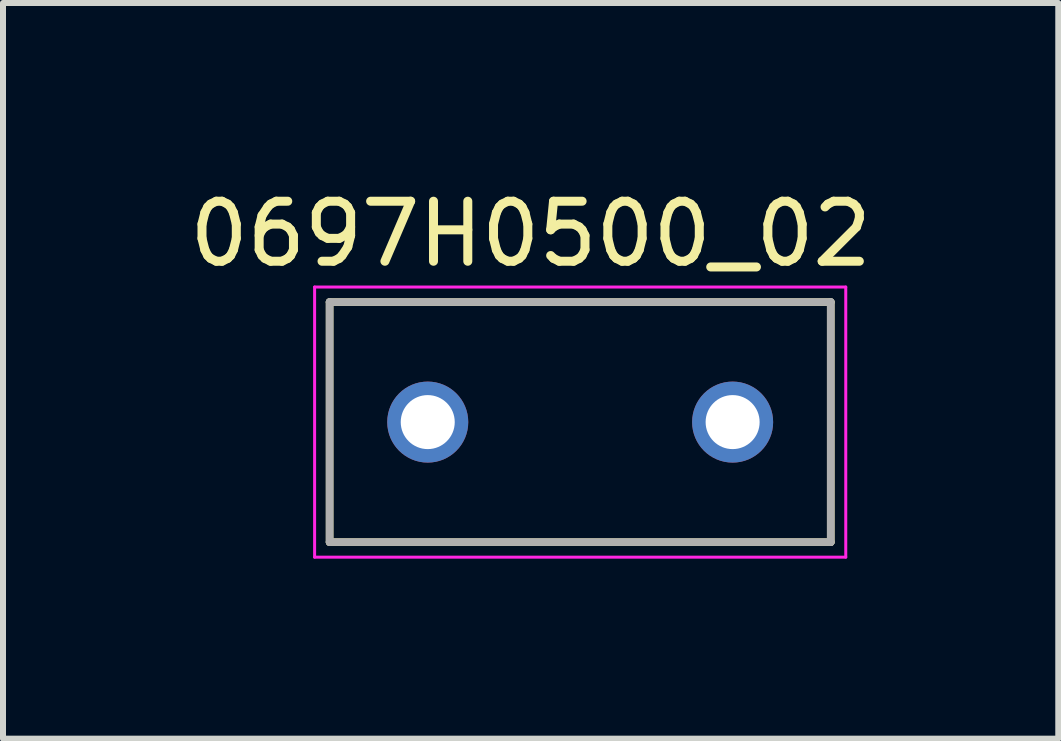
<source format=kicad_pcb>
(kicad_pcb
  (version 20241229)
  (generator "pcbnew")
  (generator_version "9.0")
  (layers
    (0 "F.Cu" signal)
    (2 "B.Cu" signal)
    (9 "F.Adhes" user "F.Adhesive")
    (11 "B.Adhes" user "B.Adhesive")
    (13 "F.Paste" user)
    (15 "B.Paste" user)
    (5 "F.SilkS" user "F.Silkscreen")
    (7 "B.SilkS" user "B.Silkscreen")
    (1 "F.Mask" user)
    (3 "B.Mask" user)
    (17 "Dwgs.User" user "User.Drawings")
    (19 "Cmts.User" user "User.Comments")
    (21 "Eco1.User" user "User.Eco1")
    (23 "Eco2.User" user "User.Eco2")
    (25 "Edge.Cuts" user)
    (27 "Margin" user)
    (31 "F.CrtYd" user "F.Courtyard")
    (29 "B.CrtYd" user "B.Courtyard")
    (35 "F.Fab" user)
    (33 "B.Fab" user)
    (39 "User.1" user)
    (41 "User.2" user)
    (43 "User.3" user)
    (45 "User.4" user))
  (footprint "0697H0500_02"
    (layer "F.Cu")
    (at 6.617 3.983)
    (property "Reference" "0697H0500_02" (at -0.825 -3.135 0) (layer "F.SilkS") (effects (font (size 1 1) (thickness 0.15))))
    (attr through_hole)
    (fp_line (start -4.175 -2) (end -4.175 2) (stroke (width 0.127) (type solid)) (layer "F.SilkS"))
    (fp_line (start -4.175 2) (end 4.175 2) (stroke (width 0.127) (type solid)) (layer "F.SilkS"))
    (fp_line (start 4.175 -2) (end -4.175 -2) (stroke (width 0.127) (type solid)) (layer "F.SilkS"))
    (fp_line (start 4.175 2) (end 4.175 -2) (stroke (width 0.127) (type solid)) (layer "F.SilkS"))
    (fp_line (start -4.425 -2.25) (end 4.425 -2.25) (stroke (width 0.05) (type solid)) (layer "F.CrtYd"))
    (fp_line (start -4.425 2.25) (end -4.425 -2.25) (stroke (width 0.05) (type solid)) (layer "F.CrtYd"))
    (fp_line (start 4.425 -2.25) (end 4.425 2.25) (stroke (width 0.05) (type solid)) (layer "F.CrtYd"))
    (fp_line (start 4.425 2.25) (end -4.425 2.25) (stroke (width 0.05) (type solid)) (layer "F.CrtYd"))
    (fp_line (start -4.175 -2) (end -4.175 2) (stroke (width 0.127) (type solid)) (layer "F.Fab"))
    (fp_line (start -4.175 2) (end 4.175 2) (stroke (width 0.127) (type solid)) (layer "F.Fab"))
    (fp_line (start 4.175 -2) (end -4.175 -2) (stroke (width 0.127) (type solid)) (layer "F.Fab"))
    (fp_line (start 4.175 2) (end 4.175 -2) (stroke (width 0.127) (type solid)) (layer "F.Fab"))
    (pad "1" thru_hole circle (at -2.54 0) (size 1.35 1.35) (drill 0.9) (layers "*.Cu" "*.Mask"))
    (pad "2" thru_hole circle (at 2.54 0) (size 1.35 1.35) (drill 0.9) (layers "*.Cu" "*.Mask")))
  (gr_rect
    (start -3 -3)
    (end 14.583 9.258)
    (stroke (width 0.1) (type default))
    (fill no)
    (layer "Edge.Cuts")))
</source>
